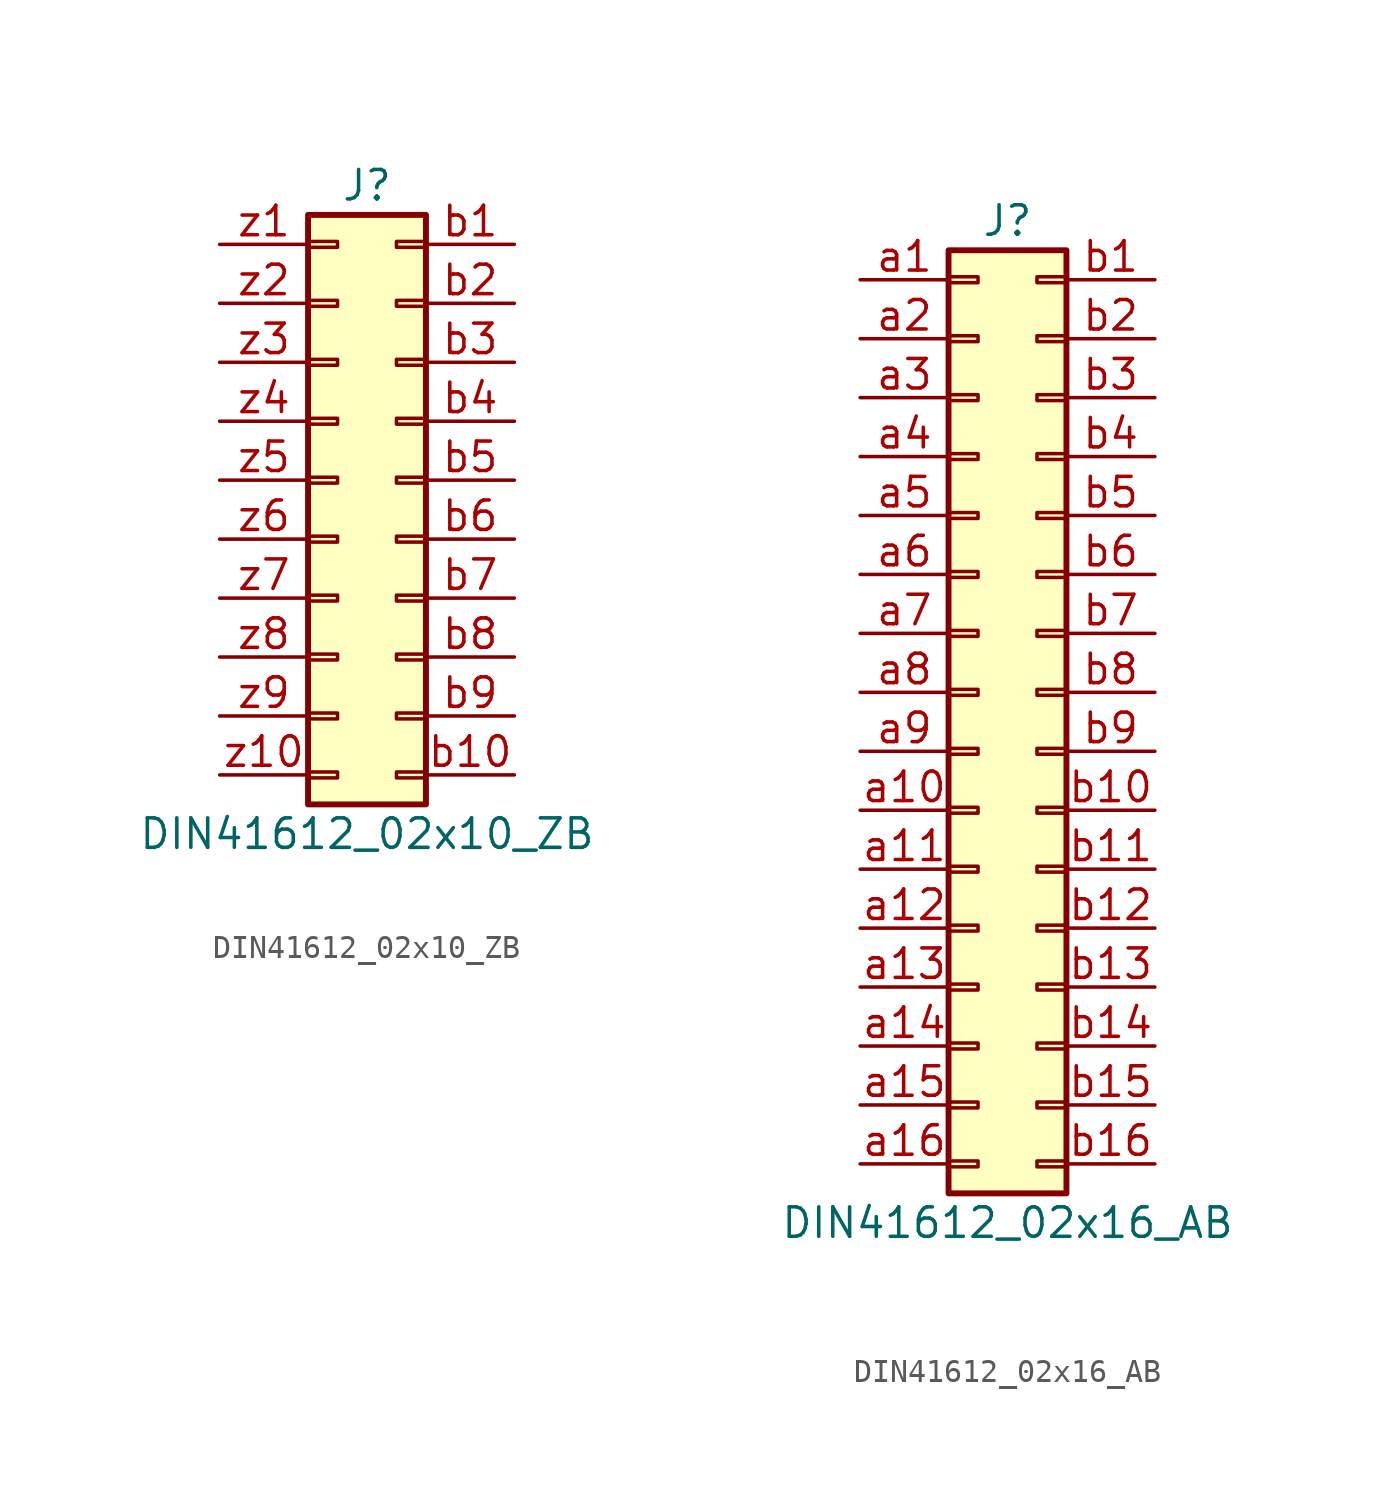
<source format=kicad_sym>
(kicad_symbol_lib
  (version 20220914)
  (generator kicad_symbol_editor)
  (symbol "DIN41612_02x10_ZB"
    (pin_names
      (offset 1.016) hide)
    (property "Reference" "J"
      (at 1.27 12.7 0)
      (effects (font (size 1.27 1.27))))
    (property "Value" "DIN41612_02x10_ZB"
      (at 1.27 -15.24 0)
      (effects (font (size 1.27 1.27))))
    (symbol "DIN41612_02x10_ZB_1_1"
      (rectangle (start -1.27 -12.573) (end 0 -12.827) (stroke (width 0.152) (type solid)) (fill (type none)))
      (rectangle (start -1.27 -10.033) (end 0 -10.287) (stroke (width 0.152) (type solid)) (fill (type none)))
      (rectangle (start -1.27 -7.493) (end 0 -7.747) (stroke (width 0.152) (type solid)) (fill (type none)))
      (rectangle (start -1.27 -4.953) (end 0 -5.207) (stroke (width 0.152) (type solid)) (fill (type none)))
      (rectangle (start -1.27 -2.413) (end 0 -2.667) (stroke (width 0.152) (type solid)) (fill (type none)))
      (rectangle (start -1.27 0.127) (end 0 -0.127) (stroke (width 0.152) (type solid)) (fill (type none)))
      (rectangle (start -1.27 2.667) (end 0 2.413) (stroke (width 0.152) (type solid)) (fill (type none)))
      (rectangle (start -1.27 5.207) (end 0 4.953) (stroke (width 0.152) (type solid)) (fill (type none)))
      (rectangle (start -1.27 7.747) (end 0 7.493) (stroke (width 0.152) (type solid)) (fill (type none)))
      (rectangle (start -1.27 10.287) (end 0 10.033) (stroke (width 0.152) (type solid)) (fill (type none)))
      (rectangle (start -1.27 11.43) (end 3.81 -13.97) (stroke (width 0.254) (type solid)) (fill (type background)))
      (rectangle (start 3.81 -12.573) (end 2.54 -12.827) (stroke (width 0.152) (type solid)) (fill (type none)))
      (rectangle (start 3.81 -10.033) (end 2.54 -10.287) (stroke (width 0.152) (type solid)) (fill (type none)))
      (rectangle (start 3.81 -7.493) (end 2.54 -7.747) (stroke (width 0.152) (type solid)) (fill (type none)))
      (rectangle (start 3.81 -4.953) (end 2.54 -5.207) (stroke (width 0.152) (type solid)) (fill (type none)))
      (rectangle (start 3.81 -2.413) (end 2.54 -2.667) (stroke (width 0.152) (type solid)) (fill (type none)))
      (rectangle (start 3.81 0.127) (end 2.54 -0.127) (stroke (width 0.152) (type solid)) (fill (type none)))
      (rectangle (start 3.81 2.667) (end 2.54 2.413) (stroke (width 0.152) (type solid)) (fill (type none)))
      (rectangle (start 3.81 5.207) (end 2.54 4.953) (stroke (width 0.152) (type solid)) (fill (type none)))
      (rectangle (start 3.81 7.747) (end 2.54 7.493) (stroke (width 0.152) (type solid)) (fill (type none)))
      (rectangle (start 3.81 10.287) (end 2.54 10.033) (stroke (width 0.152) (type solid)) (fill (type none)))
      (pin passive line (at 7.62 10.16 180) (length 3.81) (name "Pin_b1" (effects (font (size 1.27 1.27)))) (number "b1" (effects (font (size 1.27 1.27)))))
      (pin passive line (at 7.62 -12.7 180) (length 3.81) (name "Pin_b10" (effects (font (size 1.27 1.27)))) (number "b10" (effects (font (size 1.27 1.27)))))
      (pin passive line (at 7.62 7.62 180) (length 3.81) (name "Pin_b2" (effects (font (size 1.27 1.27)))) (number "b2" (effects (font (size 1.27 1.27)))))
      (pin passive line (at 7.62 5.08 180) (length 3.81) (name "Pin_b3" (effects (font (size 1.27 1.27)))) (number "b3" (effects (font (size 1.27 1.27)))))
      (pin passive line (at 7.62 2.54 180) (length 3.81) (name "Pin_b4" (effects (font (size 1.27 1.27)))) (number "b4" (effects (font (size 1.27 1.27)))))
      (pin passive line (at 7.62 0 180) (length 3.81) (name "Pin_b5" (effects (font (size 1.27 1.27)))) (number "b5" (effects (font (size 1.27 1.27)))))
      (pin passive line (at 7.62 -2.54 180) (length 3.81) (name "Pin_b6" (effects (font (size 1.27 1.27)))) (number "b6" (effects (font (size 1.27 1.27)))))
      (pin passive line (at 7.62 -5.08 180) (length 3.81) (name "Pin_b7" (effects (font (size 1.27 1.27)))) (number "b7" (effects (font (size 1.27 1.27)))))
      (pin passive line (at 7.62 -7.62 180) (length 3.81) (name "Pin_b8" (effects (font (size 1.27 1.27)))) (number "b8" (effects (font (size 1.27 1.27)))))
      (pin passive line (at 7.62 -10.16 180) (length 3.81) (name "Pin_b9" (effects (font (size 1.27 1.27)))) (number "b9" (effects (font (size 1.27 1.27)))))
      (pin passive line (at -5.08 10.16 0) (length 3.81) (name "Pin_z1" (effects (font (size 1.27 1.27)))) (number "z1" (effects (font (size 1.27 1.27)))))
      (pin passive line (at -5.08 -12.7 0) (length 3.81) (name "Pin_z10" (effects (font (size 1.27 1.27)))) (number "z10" (effects (font (size 1.27 1.27)))))
      (pin passive line (at -5.08 7.62 0) (length 3.81) (name "Pin_z2" (effects (font (size 1.27 1.27)))) (number "z2" (effects (font (size 1.27 1.27)))))
      (pin passive line (at -5.08 5.08 0) (length 3.81) (name "Pin_z3" (effects (font (size 1.27 1.27)))) (number "z3" (effects (font (size 1.27 1.27)))))
      (pin passive line (at -5.08 2.54 0) (length 3.81) (name "Pin_z4" (effects (font (size 1.27 1.27)))) (number "z4" (effects (font (size 1.27 1.27)))))
      (pin passive line (at -5.08 0 0) (length 3.81) (name "Pin_z5" (effects (font (size 1.27 1.27)))) (number "z5" (effects (font (size 1.27 1.27)))))
      (pin passive line (at -5.08 -2.54 0) (length 3.81) (name "Pin_z6" (effects (font (size 1.27 1.27)))) (number "z6" (effects (font (size 1.27 1.27)))))
      (pin passive line (at -5.08 -5.08 0) (length 3.81) (name "Pin_z7" (effects (font (size 1.27 1.27)))) (number "z7" (effects (font (size 1.27 1.27)))))
      (pin passive line (at -5.08 -7.62 0) (length 3.81) (name "Pin_z8" (effects (font (size 1.27 1.27)))) (number "z8" (effects (font (size 1.27 1.27)))))
      (pin passive line (at -5.08 -10.16 0) (length 3.81) (name "Pin_z9" (effects (font (size 1.27 1.27)))) (number "z9" (effects (font (size 1.27 1.27)))))))
  (symbol "DIN41612_02x16_AB"
    (pin_names
      (offset 1.016) hide)
    (property "Reference" "J"
      (at 1.27 20.32 0)
      (effects (font (size 1.27 1.27))))
    (property "Value" "DIN41612_02x16_AB"
      (at 1.27 -22.86 0)
      (effects (font (size 1.27 1.27))))
    (symbol "DIN41612_02x16_AB_1_1"
      (rectangle (start -1.27 -20.193) (end 0 -20.447) (stroke (width 0.152) (type solid)) (fill (type none)))
      (rectangle (start -1.27 -17.653) (end 0 -17.907) (stroke (width 0.152) (type solid)) (fill (type none)))
      (rectangle (start -1.27 -15.113) (end 0 -15.367) (stroke (width 0.152) (type solid)) (fill (type none)))
      (rectangle (start -1.27 -12.573) (end 0 -12.827) (stroke (width 0.152) (type solid)) (fill (type none)))
      (rectangle (start -1.27 -10.033) (end 0 -10.287) (stroke (width 0.152) (type solid)) (fill (type none)))
      (rectangle (start -1.27 -7.493) (end 0 -7.747) (stroke (width 0.152) (type solid)) (fill (type none)))
      (rectangle (start -1.27 -4.953) (end 0 -5.207) (stroke (width 0.152) (type solid)) (fill (type none)))
      (rectangle (start -1.27 -2.413) (end 0 -2.667) (stroke (width 0.152) (type solid)) (fill (type none)))
      (rectangle (start -1.27 0.127) (end 0 -0.127) (stroke (width 0.152) (type solid)) (fill (type none)))
      (rectangle (start -1.27 2.667) (end 0 2.413) (stroke (width 0.152) (type solid)) (fill (type none)))
      (rectangle (start -1.27 5.207) (end 0 4.953) (stroke (width 0.152) (type solid)) (fill (type none)))
      (rectangle (start -1.27 7.747) (end 0 7.493) (stroke (width 0.152) (type solid)) (fill (type none)))
      (rectangle (start -1.27 10.287) (end 0 10.033) (stroke (width 0.152) (type solid)) (fill (type none)))
      (rectangle (start -1.27 12.827) (end 0 12.573) (stroke (width 0.152) (type solid)) (fill (type none)))
      (rectangle (start -1.27 15.367) (end 0 15.113) (stroke (width 0.152) (type solid)) (fill (type none)))
      (rectangle (start -1.27 17.907) (end 0 17.653) (stroke (width 0.152) (type solid)) (fill (type none)))
      (rectangle (start -1.27 19.05) (end 3.81 -21.59) (stroke (width 0.254) (type solid)) (fill (type background)))
      (rectangle (start 3.81 -20.193) (end 2.54 -20.447) (stroke (width 0.152) (type solid)) (fill (type none)))
      (rectangle (start 3.81 -17.653) (end 2.54 -17.907) (stroke (width 0.152) (type solid)) (fill (type none)))
      (rectangle (start 3.81 -15.113) (end 2.54 -15.367) (stroke (width 0.152) (type solid)) (fill (type none)))
      (rectangle (start 3.81 -12.573) (end 2.54 -12.827) (stroke (width 0.152) (type solid)) (fill (type none)))
      (rectangle (start 3.81 -10.033) (end 2.54 -10.287) (stroke (width 0.152) (type solid)) (fill (type none)))
      (rectangle (start 3.81 -7.493) (end 2.54 -7.747) (stroke (width 0.152) (type solid)) (fill (type none)))
      (rectangle (start 3.81 -4.953) (end 2.54 -5.207) (stroke (width 0.152) (type solid)) (fill (type none)))
      (rectangle (start 3.81 -2.413) (end 2.54 -2.667) (stroke (width 0.152) (type solid)) (fill (type none)))
      (rectangle (start 3.81 0.127) (end 2.54 -0.127) (stroke (width 0.152) (type solid)) (fill (type none)))
      (rectangle (start 3.81 2.667) (end 2.54 2.413) (stroke (width 0.152) (type solid)) (fill (type none)))
      (rectangle (start 3.81 5.207) (end 2.54 4.953) (stroke (width 0.152) (type solid)) (fill (type none)))
      (rectangle (start 3.81 7.747) (end 2.54 7.493) (stroke (width 0.152) (type solid)) (fill (type none)))
      (rectangle (start 3.81 10.287) (end 2.54 10.033) (stroke (width 0.152) (type solid)) (fill (type none)))
      (rectangle (start 3.81 12.827) (end 2.54 12.573) (stroke (width 0.152) (type solid)) (fill (type none)))
      (rectangle (start 3.81 15.367) (end 2.54 15.113) (stroke (width 0.152) (type solid)) (fill (type none)))
      (rectangle (start 3.81 17.907) (end 2.54 17.653) (stroke (width 0.152) (type solid)) (fill (type none)))
      (pin passive line (at -5.08 17.78 0) (length 3.81) (name "Pin_a1" (effects (font (size 1.27 1.27)))) (number "a1" (effects (font (size 1.27 1.27)))))
      (pin passive line (at -5.08 -5.08 0) (length 3.81) (name "Pin_a10" (effects (font (size 1.27 1.27)))) (number "a10" (effects (font (size 1.27 1.27)))))
      (pin passive line (at -5.08 -7.62 0) (length 3.81) (name "Pin_a11" (effects (font (size 1.27 1.27)))) (number "a11" (effects (font (size 1.27 1.27)))))
      (pin passive line (at -5.08 -10.16 0) (length 3.81) (name "Pin_a12" (effects (font (size 1.27 1.27)))) (number "a12" (effects (font (size 1.27 1.27)))))
      (pin passive line (at -5.08 -12.7 0) (length 3.81) (name "Pin_a13" (effects (font (size 1.27 1.27)))) (number "a13" (effects (font (size 1.27 1.27)))))
      (pin passive line (at -5.08 -15.24 0) (length 3.81) (name "Pin_a14" (effects (font (size 1.27 1.27)))) (number "a14" (effects (font (size 1.27 1.27)))))
      (pin passive line (at -5.08 -17.78 0) (length 3.81) (name "Pin_a15" (effects (font (size 1.27 1.27)))) (number "a15" (effects (font (size 1.27 1.27)))))
      (pin passive line (at -5.08 -20.32 0) (length 3.81) (name "Pin_a16" (effects (font (size 1.27 1.27)))) (number "a16" (effects (font (size 1.27 1.27)))))
      (pin passive line (at -5.08 15.24 0) (length 3.81) (name "Pin_a2" (effects (font (size 1.27 1.27)))) (number "a2" (effects (font (size 1.27 1.27)))))
      (pin passive line (at -5.08 12.7 0) (length 3.81) (name "Pin_a3" (effects (font (size 1.27 1.27)))) (number "a3" (effects (font (size 1.27 1.27)))))
      (pin passive line (at -5.08 10.16 0) (length 3.81) (name "Pin_a4" (effects (font (size 1.27 1.27)))) (number "a4" (effects (font (size 1.27 1.27)))))
      (pin passive line (at -5.08 7.62 0) (length 3.81) (name "Pin_a5" (effects (font (size 1.27 1.27)))) (number "a5" (effects (font (size 1.27 1.27)))))
      (pin passive line (at -5.08 5.08 0) (length 3.81) (name "Pin_a6" (effects (font (size 1.27 1.27)))) (number "a6" (effects (font (size 1.27 1.27)))))
      (pin passive line (at -5.08 2.54 0) (length 3.81) (name "Pin_a7" (effects (font (size 1.27 1.27)))) (number "a7" (effects (font (size 1.27 1.27)))))
      (pin passive line (at -5.08 0 0) (length 3.81) (name "Pin_a8" (effects (font (size 1.27 1.27)))) (number "a8" (effects (font (size 1.27 1.27)))))
      (pin passive line (at -5.08 -2.54 0) (length 3.81) (name "Pin_a9" (effects (font (size 1.27 1.27)))) (number "a9" (effects (font (size 1.27 1.27)))))
      (pin passive line (at 7.62 17.78 180) (length 3.81) (name "Pin_b1" (effects (font (size 1.27 1.27)))) (number "b1" (effects (font (size 1.27 1.27)))))
      (pin passive line (at 7.62 -5.08 180) (length 3.81) (name "Pin_b10" (effects (font (size 1.27 1.27)))) (number "b10" (effects (font (size 1.27 1.27)))))
      (pin passive line (at 7.62 -7.62 180) (length 3.81) (name "Pin_b11" (effects (font (size 1.27 1.27)))) (number "b11" (effects (font (size 1.27 1.27)))))
      (pin passive line (at 7.62 -10.16 180) (length 3.81) (name "Pin_b12" (effects (font (size 1.27 1.27)))) (number "b12" (effects (font (size 1.27 1.27)))))
      (pin passive line (at 7.62 -12.7 180) (length 3.81) (name "Pin_b13" (effects (font (size 1.27 1.27)))) (number "b13" (effects (font (size 1.27 1.27)))))
      (pin passive line (at 7.62 -15.24 180) (length 3.81) (name "Pin_b14" (effects (font (size 1.27 1.27)))) (number "b14" (effects (font (size 1.27 1.27)))))
      (pin passive line (at 7.62 -17.78 180) (length 3.81) (name "Pin_b15" (effects (font (size 1.27 1.27)))) (number "b15" (effects (font (size 1.27 1.27)))))
      (pin passive line (at 7.62 -20.32 180) (length 3.81) (name "Pin_b16" (effects (font (size 1.27 1.27)))) (number "b16" (effects (font (size 1.27 1.27)))))
      (pin passive line (at 7.62 15.24 180) (length 3.81) (name "Pin_b2" (effects (font (size 1.27 1.27)))) (number "b2" (effects (font (size 1.27 1.27)))))
      (pin passive line (at 7.62 12.7 180) (length 3.81) (name "Pin_b3" (effects (font (size 1.27 1.27)))) (number "b3" (effects (font (size 1.27 1.27)))))
      (pin passive line (at 7.62 10.16 180) (length 3.81) (name "Pin_b4" (effects (font (size 1.27 1.27)))) (number "b4" (effects (font (size 1.27 1.27)))))
      (pin passive line (at 7.62 7.62 180) (length 3.81) (name "Pin_b5" (effects (font (size 1.27 1.27)))) (number "b5" (effects (font (size 1.27 1.27)))))
      (pin passive line (at 7.62 5.08 180) (length 3.81) (name "Pin_b6" (effects (font (size 1.27 1.27)))) (number "b6" (effects (font (size 1.27 1.27)))))
      (pin passive line (at 7.62 2.54 180) (length 3.81) (name "Pin_b7" (effects (font (size 1.27 1.27)))) (number "b7" (effects (font (size 1.27 1.27)))))
      (pin passive line (at 7.62 0 180) (length 3.81) (name "Pin_b8" (effects (font (size 1.27 1.27)))) (number "b8" (effects (font (size 1.27 1.27)))))
      (pin passive line (at 7.62 -2.54 180) (length 3.81) (name "Pin_b9" (effects (font (size 1.27 1.27)))) (number "b9" (effects (font (size 1.27 1.27))))))))
</source>
